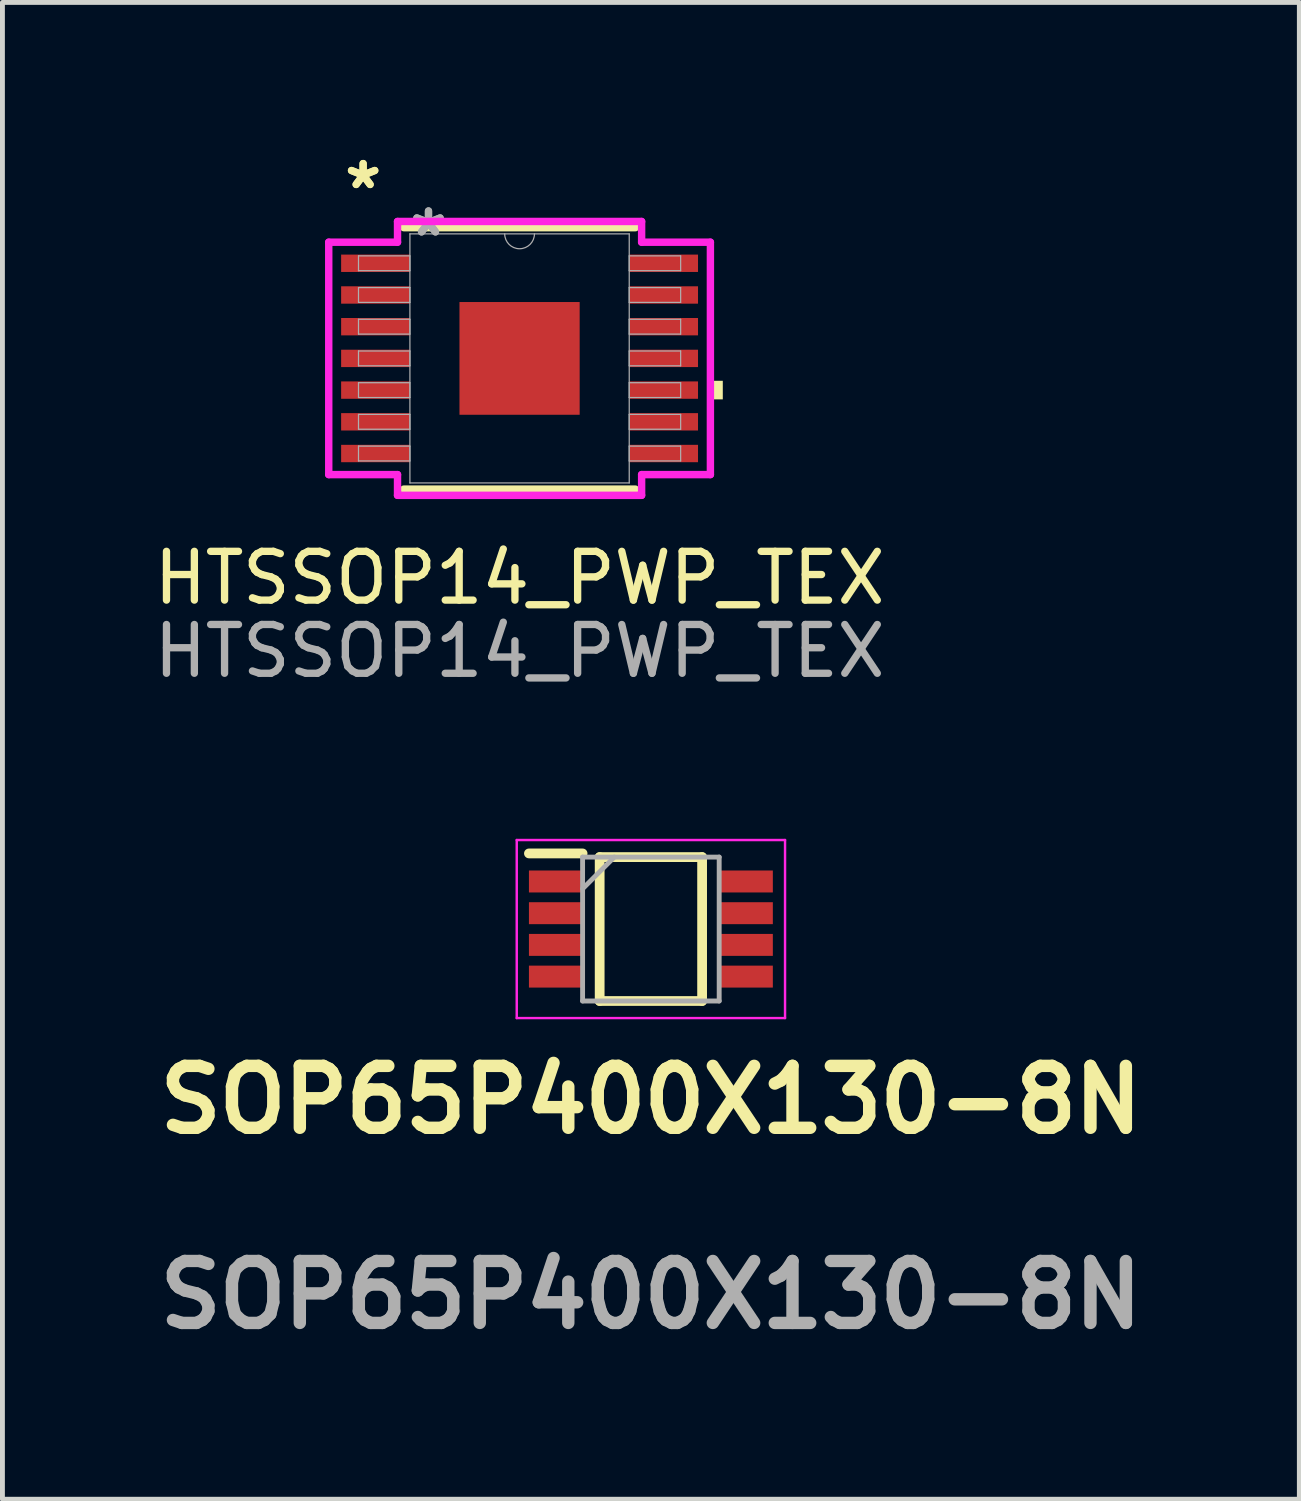
<source format=kicad_pcb>
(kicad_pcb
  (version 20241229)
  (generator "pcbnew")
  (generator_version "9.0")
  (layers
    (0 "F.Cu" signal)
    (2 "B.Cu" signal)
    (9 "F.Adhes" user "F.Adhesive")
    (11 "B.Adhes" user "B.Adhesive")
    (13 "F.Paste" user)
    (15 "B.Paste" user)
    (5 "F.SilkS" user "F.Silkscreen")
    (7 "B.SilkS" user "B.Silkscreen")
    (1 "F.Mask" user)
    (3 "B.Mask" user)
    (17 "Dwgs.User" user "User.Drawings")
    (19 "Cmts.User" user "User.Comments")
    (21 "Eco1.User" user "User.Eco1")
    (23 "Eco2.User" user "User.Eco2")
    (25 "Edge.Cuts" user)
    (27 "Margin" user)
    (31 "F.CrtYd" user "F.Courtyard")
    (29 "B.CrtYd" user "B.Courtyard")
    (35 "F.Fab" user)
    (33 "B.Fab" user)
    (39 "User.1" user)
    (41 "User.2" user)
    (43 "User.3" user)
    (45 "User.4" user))
  (footprint "SOP65P400X130-8N"
    (layer "F.Cu")
    (at 10.293 15.995)
    (property "Reference" "SOP65P400X130-8N" (at 0 3.5 0) (layer "F.SilkS") (effects (font (size 1.27 1.27) (thickness 0.254))))
    (attr smd)
    (fp_line (start -2.5 -1.55) (end -1.4 -1.55) (stroke (width 0.2) (type solid)) (layer "F.SilkS"))
    (fp_line (start -1.05 -1.475) (end 1.05 -1.475) (stroke (width 0.2) (type solid)) (layer "F.SilkS"))
    (fp_line (start -1.05 1.475) (end -1.05 -1.475) (stroke (width 0.2) (type solid)) (layer "F.SilkS"))
    (fp_line (start 1.05 -1.475) (end 1.05 1.475) (stroke (width 0.2) (type solid)) (layer "F.SilkS"))
    (fp_line (start 1.05 1.475) (end -1.05 1.475) (stroke (width 0.2) (type solid)) (layer "F.SilkS"))
    (fp_line (start -2.75 -1.825) (end 2.75 -1.825) (stroke (width 0.05) (type solid)) (layer "F.CrtYd"))
    (fp_line (start -2.75 1.825) (end -2.75 -1.825) (stroke (width 0.05) (type solid)) (layer "F.CrtYd"))
    (fp_line (start 2.75 -1.825) (end 2.75 1.825) (stroke (width 0.05) (type solid)) (layer "F.CrtYd"))
    (fp_line (start 2.75 1.825) (end -2.75 1.825) (stroke (width 0.05) (type solid)) (layer "F.CrtYd"))
    (fp_line (start -1.4 -1.475) (end 1.4 -1.475) (stroke (width 0.1) (type solid)) (layer "F.Fab"))
    (fp_line (start -1.4 -0.825) (end -0.75 -1.475) (stroke (width 0.1) (type solid)) (layer "F.Fab"))
    (fp_line (start -1.4 1.475) (end -1.4 -1.475) (stroke (width 0.1) (type solid)) (layer "F.Fab"))
    (fp_line (start 1.4 -1.475) (end 1.4 1.475) (stroke (width 0.1) (type solid)) (layer "F.Fab"))
    (fp_line (start 1.4 1.475) (end -1.4 1.475) (stroke (width 0.1) (type solid)) (layer "F.Fab"))
    (fp_text user "${REFERENCE}" (at 0 7.5 0) (layer "F.Fab") (effects (font (size 1.27 1.27) (thickness 0.254))))
    (pad "1" smd rect (at -1.95 -0.975 90) (size 0.45 1.1) (layers "F.Cu" "F.Mask" "F.Paste"))
    (pad "2" smd rect (at -1.95 -0.325 90) (size 0.45 1.1) (layers "F.Cu" "F.Mask" "F.Paste"))
    (pad "3" smd rect (at -1.95 0.325 90) (size 0.45 1.1) (layers "F.Cu" "F.Mask" "F.Paste"))
    (pad "4" smd rect (at -1.95 0.975 90) (size 0.45 1.1) (layers "F.Cu" "F.Mask" "F.Paste"))
    (pad "5" smd rect (at 1.95 0.975 90) (size 0.45 1.1) (layers "F.Cu" "F.Mask" "F.Paste"))
    (pad "6" smd rect (at 1.95 0.325 90) (size 0.45 1.1) (layers "F.Cu" "F.Mask" "F.Paste"))
    (pad "7" smd rect (at 1.95 -0.325 90) (size 0.45 1.1) (layers "F.Cu" "F.Mask" "F.Paste"))
    (pad "8" smd rect (at 1.95 -0.975 90) (size 0.45 1.1) (layers "F.Cu" "F.Mask" "F.Paste")))
  (footprint "HTSSOP14_PWP_TEX"
    (layer "F.Cu")
    (at 7.601 4.297)
    (property "Reference" "HTSSOP14_PWP_TEX" (at 0 4.5 0) (unlocked yes) (layer "F.SilkS") (effects (font (size 1 1) (thickness 0.15))))
    (attr smd)
    (fp_line (start -2.375 2.68) (end 2.375 2.68) (stroke (width 0.152) (type solid)) (layer "F.SilkS"))
    (fp_line (start 2.375 -2.68) (end -2.375 -2.68) (stroke (width 0.152) (type solid)) (layer "F.SilkS"))
    (fp_poly (pts (xy 4.166 0.459) (xy 4.166 0.84) (xy 3.912 0.84) (xy 3.912 0.459)) (stroke (width 0) (type solid)) (fill yes) (layer "F.SilkS"))
    (fp_line (start -3.912 -2.382) (end -2.502 -2.382) (stroke (width 0.152) (type solid)) (layer "F.CrtYd"))
    (fp_line (start -3.912 2.382) (end -3.912 -2.382) (stroke (width 0.152) (type solid)) (layer "F.CrtYd"))
    (fp_line (start -3.912 2.382) (end -2.502 2.382) (stroke (width 0.152) (type solid)) (layer "F.CrtYd"))
    (fp_line (start -2.502 -2.807) (end 2.502 -2.807) (stroke (width 0.152) (type solid)) (layer "F.CrtYd"))
    (fp_line (start -2.502 -2.382) (end -2.502 -2.807) (stroke (width 0.152) (type solid)) (layer "F.CrtYd"))
    (fp_line (start -2.502 2.807) (end -2.502 2.382) (stroke (width 0.152) (type solid)) (layer "F.CrtYd"))
    (fp_line (start 2.502 -2.807) (end 2.502 -2.382) (stroke (width 0.152) (type solid)) (layer "F.CrtYd"))
    (fp_line (start 2.502 2.382) (end 2.502 2.807) (stroke (width 0.152) (type solid)) (layer "F.CrtYd"))
    (fp_line (start 2.502 2.807) (end -2.502 2.807) (stroke (width 0.152) (type solid)) (layer "F.CrtYd"))
    (fp_line (start 3.912 -2.382) (end 2.502 -2.382) (stroke (width 0.152) (type solid)) (layer "F.CrtYd"))
    (fp_line (start 3.912 -2.382) (end 3.912 2.382) (stroke (width 0.152) (type solid)) (layer "F.CrtYd"))
    (fp_line (start 3.912 2.382) (end 2.502 2.382) (stroke (width 0.152) (type solid)) (layer "F.CrtYd"))
    (fp_line (start -3.302 -2.102) (end -3.302 -1.798) (stroke (width 0.025) (type solid)) (layer "F.Fab"))
    (fp_line (start -3.302 -1.798) (end -2.248 -1.798) (stroke (width 0.025) (type solid)) (layer "F.Fab"))
    (fp_line (start -3.302 -1.452) (end -3.302 -1.148) (stroke (width 0.025) (type solid)) (layer "F.Fab"))
    (fp_line (start -3.302 -1.148) (end -2.248 -1.148) (stroke (width 0.025) (type solid)) (layer "F.Fab"))
    (fp_line (start -3.302 -0.802) (end -3.302 -0.498) (stroke (width 0.025) (type solid)) (layer "F.Fab"))
    (fp_line (start -3.302 -0.498) (end -2.248 -0.498) (stroke (width 0.025) (type solid)) (layer "F.Fab"))
    (fp_line (start -3.302 -0.152) (end -3.302 0.152) (stroke (width 0.025) (type solid)) (layer "F.Fab"))
    (fp_line (start -3.302 0.152) (end -2.248 0.152) (stroke (width 0.025) (type solid)) (layer "F.Fab"))
    (fp_line (start -3.302 0.498) (end -3.302 0.802) (stroke (width 0.025) (type solid)) (layer "F.Fab"))
    (fp_line (start -3.302 0.802) (end -2.248 0.802) (stroke (width 0.025) (type solid)) (layer "F.Fab"))
    (fp_line (start -3.302 1.148) (end -3.302 1.452) (stroke (width 0.025) (type solid)) (layer "F.Fab"))
    (fp_line (start -3.302 1.452) (end -2.248 1.452) (stroke (width 0.025) (type solid)) (layer "F.Fab"))
    (fp_line (start -3.302 1.798) (end -3.302 2.102) (stroke (width 0.025) (type solid)) (layer "F.Fab"))
    (fp_line (start -3.302 2.102) (end -2.248 2.102) (stroke (width 0.025) (type solid)) (layer "F.Fab"))
    (fp_line (start -2.248 -2.553) (end -2.248 2.553) (stroke (width 0.025) (type solid)) (layer "F.Fab"))
    (fp_line (start -2.248 -2.102) (end -3.302 -2.102) (stroke (width 0.025) (type solid)) (layer "F.Fab"))
    (fp_line (start -2.248 -1.798) (end -2.248 -2.102) (stroke (width 0.025) (type solid)) (layer "F.Fab"))
    (fp_line (start -2.248 -1.452) (end -3.302 -1.452) (stroke (width 0.025) (type solid)) (layer "F.Fab"))
    (fp_line (start -2.248 -1.148) (end -2.248 -1.452) (stroke (width 0.025) (type solid)) (layer "F.Fab"))
    (fp_line (start -2.248 -0.802) (end -3.302 -0.802) (stroke (width 0.025) (type solid)) (layer "F.Fab"))
    (fp_line (start -2.248 -0.498) (end -2.248 -0.802) (stroke (width 0.025) (type solid)) (layer "F.Fab"))
    (fp_line (start -2.248 -0.152) (end -3.302 -0.152) (stroke (width 0.025) (type solid)) (layer "F.Fab"))
    (fp_line (start -2.248 0.152) (end -2.248 -0.152) (stroke (width 0.025) (type solid)) (layer "F.Fab"))
    (fp_line (start -2.248 0.498) (end -3.302 0.498) (stroke (width 0.025) (type solid)) (layer "F.Fab"))
    (fp_line (start -2.248 0.802) (end -2.248 0.498) (stroke (width 0.025) (type solid)) (layer "F.Fab"))
    (fp_line (start -2.248 1.148) (end -3.302 1.148) (stroke (width 0.025) (type solid)) (layer "F.Fab"))
    (fp_line (start -2.248 1.452) (end -2.248 1.148) (stroke (width 0.025) (type solid)) (layer "F.Fab"))
    (fp_line (start -2.248 1.798) (end -3.302 1.798) (stroke (width 0.025) (type solid)) (layer "F.Fab"))
    (fp_line (start -2.248 2.102) (end -2.248 1.798) (stroke (width 0.025) (type solid)) (layer "F.Fab"))
    (fp_line (start -2.248 2.553) (end 2.248 2.553) (stroke (width 0.025) (type solid)) (layer "F.Fab"))
    (fp_line (start 2.248 -2.553) (end -2.248 -2.553) (stroke (width 0.025) (type solid)) (layer "F.Fab"))
    (fp_line (start 2.248 -2.102) (end 2.248 -1.798) (stroke (width 0.025) (type solid)) (layer "F.Fab"))
    (fp_line (start 2.248 -1.798) (end 3.302 -1.798) (stroke (width 0.025) (type solid)) (layer "F.Fab"))
    (fp_line (start 2.248 -1.452) (end 2.248 -1.148) (stroke (width 0.025) (type solid)) (layer "F.Fab"))
    (fp_line (start 2.248 -1.148) (end 3.302 -1.148) (stroke (width 0.025) (type solid)) (layer "F.Fab"))
    (fp_line (start 2.248 -0.802) (end 2.248 -0.498) (stroke (width 0.025) (type solid)) (layer "F.Fab"))
    (fp_line (start 2.248 -0.498) (end 3.302 -0.498) (stroke (width 0.025) (type solid)) (layer "F.Fab"))
    (fp_line (start 2.248 -0.152) (end 2.248 0.152) (stroke (width 0.025) (type solid)) (layer "F.Fab"))
    (fp_line (start 2.248 0.152) (end 3.302 0.152) (stroke (width 0.025) (type solid)) (layer "F.Fab"))
    (fp_line (start 2.248 0.498) (end 2.248 0.802) (stroke (width 0.025) (type solid)) (layer "F.Fab"))
    (fp_line (start 2.248 0.802) (end 3.302 0.802) (stroke (width 0.025) (type solid)) (layer "F.Fab"))
    (fp_line (start 2.248 1.148) (end 2.248 1.452) (stroke (width 0.025) (type solid)) (layer "F.Fab"))
    (fp_line (start 2.248 1.452) (end 3.302 1.452) (stroke (width 0.025) (type solid)) (layer "F.Fab"))
    (fp_line (start 2.248 1.798) (end 2.248 2.102) (stroke (width 0.025) (type solid)) (layer "F.Fab"))
    (fp_line (start 2.248 2.102) (end 3.302 2.102) (stroke (width 0.025) (type solid)) (layer "F.Fab"))
    (fp_line (start 2.248 2.553) (end 2.248 -2.553) (stroke (width 0.025) (type solid)) (layer "F.Fab"))
    (fp_line (start 3.302 -2.102) (end 2.248 -2.102) (stroke (width 0.025) (type solid)) (layer "F.Fab"))
    (fp_line (start 3.302 -1.798) (end 3.302 -2.102) (stroke (width 0.025) (type solid)) (layer "F.Fab"))
    (fp_line (start 3.302 -1.452) (end 2.248 -1.452) (stroke (width 0.025) (type solid)) (layer "F.Fab"))
    (fp_line (start 3.302 -1.148) (end 3.302 -1.452) (stroke (width 0.025) (type solid)) (layer "F.Fab"))
    (fp_line (start 3.302 -0.802) (end 2.248 -0.802) (stroke (width 0.025) (type solid)) (layer "F.Fab"))
    (fp_line (start 3.302 -0.498) (end 3.302 -0.802) (stroke (width 0.025) (type solid)) (layer "F.Fab"))
    (fp_line (start 3.302 -0.152) (end 2.248 -0.152) (stroke (width 0.025) (type solid)) (layer "F.Fab"))
    (fp_line (start 3.302 0.152) (end 3.302 -0.152) (stroke (width 0.025) (type solid)) (layer "F.Fab"))
    (fp_line (start 3.302 0.498) (end 2.248 0.498) (stroke (width 0.025) (type solid)) (layer "F.Fab"))
    (fp_line (start 3.302 0.802) (end 3.302 0.498) (stroke (width 0.025) (type solid)) (layer "F.Fab"))
    (fp_line (start 3.302 1.148) (end 2.248 1.148) (stroke (width 0.025) (type solid)) (layer "F.Fab"))
    (fp_line (start 3.302 1.452) (end 3.302 1.148) (stroke (width 0.025) (type solid)) (layer "F.Fab"))
    (fp_line (start 3.302 1.798) (end 2.248 1.798) (stroke (width 0.025) (type solid)) (layer "F.Fab"))
    (fp_line (start 3.302 2.102) (end 3.302 1.798) (stroke (width 0.025) (type solid)) (layer "F.Fab"))
    (fp_arc (start 0.3048 -2.5527) (mid 0 -2.2479) (end -0.3048 -2.5527) (stroke (width 0.0254) (type solid)) (layer "F.Fab"))
    (fp_text user "*" (at -3.207 -3.449 0) (layer "F.SilkS") (effects (font (size 1 1) (thickness 0.15))))
    (fp_text user "*" (at -3.207 -3.449 0) (unlocked yes) (layer "F.SilkS") (effects (font (size 1 1) (thickness 0.15))))
    (fp_text user "*" (at -1.867 -2.477 0) (layer "F.Fab") (effects (font (size 1 1) (thickness 0.15))))
    (fp_text user "${REFERENCE}" (at 0 6 0) (unlocked yes) (layer "F.Fab") (effects (font (size 1 1) (thickness 0.15))))
    (fp_text user "*" (at -1.867 -2.477 0) (unlocked yes) (layer "F.Fab") (effects (font (size 1 1) (thickness 0.15))))
    (pad "1" smd rect (at -2.953 -1.95) (size 1.41 0.356) (layers "F.Cu" "F.Mask" "F.Paste"))
    (pad "2" smd rect (at -2.953 -1.3) (size 1.41 0.356) (layers "F.Cu" "F.Mask" "F.Paste"))
    (pad "3" smd rect (at -2.953 -0.65) (size 1.41 0.356) (layers "F.Cu" "F.Mask" "F.Paste"))
    (pad "4" smd rect (at -2.953 0) (size 1.41 0.356) (layers "F.Cu" "F.Mask" "F.Paste"))
    (pad "5" smd rect (at -2.953 0.65) (size 1.41 0.356) (layers "F.Cu" "F.Mask" "F.Paste"))
    (pad "6" smd rect (at -2.953 1.3) (size 1.41 0.356) (layers "F.Cu" "F.Mask" "F.Paste"))
    (pad "7" smd rect (at -2.953 1.95) (size 1.41 0.356) (layers "F.Cu" "F.Mask" "F.Paste"))
    (pad "8" smd rect (at 2.953 1.95) (size 1.41 0.356) (layers "F.Cu" "F.Mask" "F.Paste"))
    (pad "9" smd rect (at 2.953 1.3) (size 1.41 0.356) (layers "F.Cu" "F.Mask" "F.Paste"))
    (pad "10" smd rect (at 2.953 0.65) (size 1.41 0.356) (layers "F.Cu" "F.Mask" "F.Paste"))
    (pad "11" smd rect (at 2.953 0) (size 1.41 0.356) (layers "F.Cu" "F.Mask" "F.Paste"))
    (pad "12" smd rect (at 2.953 -0.65) (size 1.41 0.356) (layers "F.Cu" "F.Mask" "F.Paste"))
    (pad "13" smd rect (at 2.953 -1.3) (size 1.41 0.356) (layers "F.Cu" "F.Mask" "F.Paste"))
    (pad "14" smd rect (at 2.953 -1.95) (size 1.41 0.356) (layers "F.Cu" "F.Mask" "F.Paste"))
    (pad "EPAD" smd rect (at 0 0) (size 2.464 2.311) (layers "F.Cu" "F.Mask" "F.Paste")))
  (gr_rect
    (start -3 -3)
    (end 23.586 27.684)
    (stroke (width 0.1) (type default))
    (fill no)
    (layer "Edge.Cuts")))
</source>
